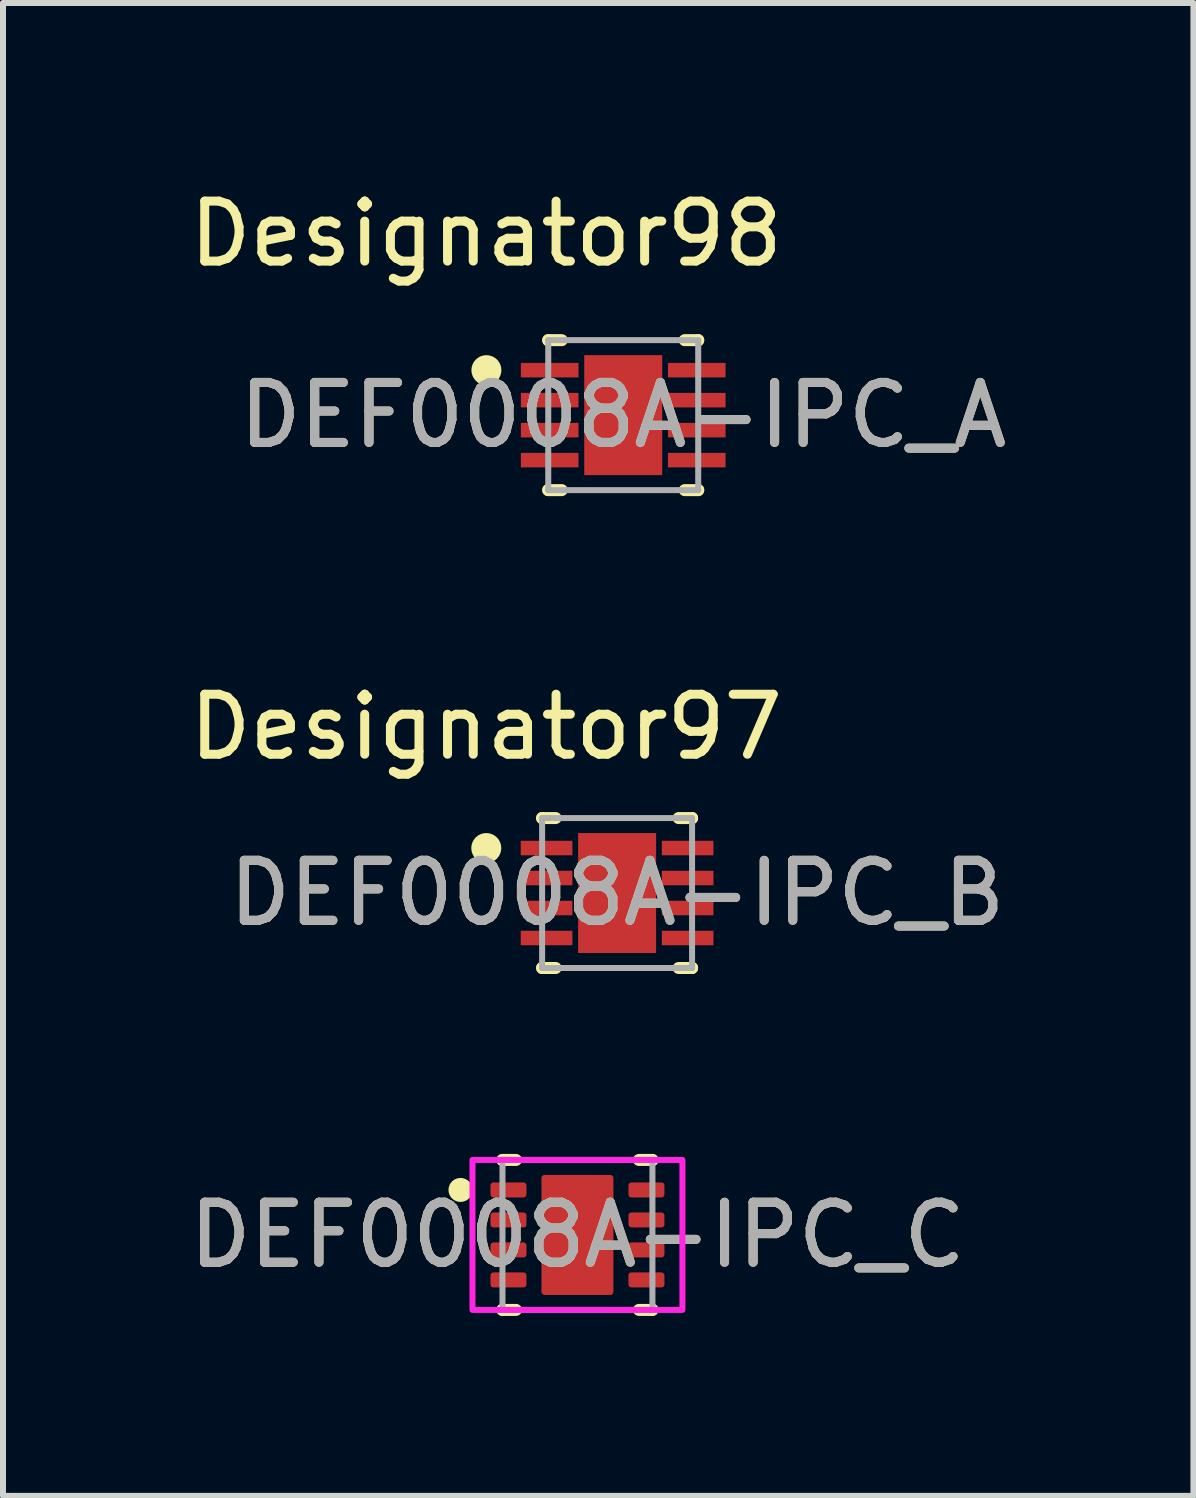
<source format=kicad_pcb>
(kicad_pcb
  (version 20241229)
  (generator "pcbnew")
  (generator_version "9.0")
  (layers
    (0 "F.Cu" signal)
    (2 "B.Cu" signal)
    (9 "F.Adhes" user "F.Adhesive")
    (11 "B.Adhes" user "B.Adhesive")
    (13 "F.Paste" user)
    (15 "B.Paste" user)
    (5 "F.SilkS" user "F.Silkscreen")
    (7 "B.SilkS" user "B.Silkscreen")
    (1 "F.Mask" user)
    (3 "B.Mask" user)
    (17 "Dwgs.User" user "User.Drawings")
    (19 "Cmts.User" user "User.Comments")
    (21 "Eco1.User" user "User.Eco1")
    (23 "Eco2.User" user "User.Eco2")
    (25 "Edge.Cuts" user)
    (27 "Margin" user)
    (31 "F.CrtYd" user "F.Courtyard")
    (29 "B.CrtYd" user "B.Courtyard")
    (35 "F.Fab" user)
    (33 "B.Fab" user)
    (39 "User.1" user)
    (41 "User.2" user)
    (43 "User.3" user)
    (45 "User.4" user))
  (footprint "DEF0008A-IPC_A"
    (layer "F.Cu")
    (at 7.34 3.871)
    (property "Reference" "DEF0008A-IPC_A" (at 0 0 0) (unlocked yes) (layer "F.SilkS") (effects (font (size 1 1) (thickness 0.15))))
    (attr smd)
    (fp_line (start -1.25 -1.25) (end -1.025 -1.25) (stroke (width 0.2) (type solid)) (layer "F.SilkS"))
    (fp_line (start -1.25 -1.246) (end -1.25 -1.25) (stroke (width 0.2) (type solid)) (layer "F.SilkS"))
    (fp_line (start -1.25 1.25) (end -1.25 1.246) (stroke (width 0.2) (type solid)) (layer "F.SilkS"))
    (fp_line (start -1.25 1.25) (end -1.025 1.25) (stroke (width 0.2) (type solid)) (layer "F.SilkS"))
    (fp_line (start 1.025 -1.25) (end 1.25 -1.25) (stroke (width 0.2) (type solid)) (layer "F.SilkS"))
    (fp_line (start 1.025 1.25) (end 1.25 1.25) (stroke (width 0.2) (type solid)) (layer "F.SilkS"))
    (fp_line (start 1.25 -1.246) (end 1.25 -1.25) (stroke (width 0.2) (type solid)) (layer "F.SilkS"))
    (fp_line (start 1.25 1.25) (end 1.25 1.246) (stroke (width 0.2) (type solid)) (layer "F.SilkS"))
    (fp_circle (center -2.281 -0.75) (end -2.156 -0.75) (stroke (width 0.25) (type solid)) (fill no) (layer "F.SilkS"))
    (fp_poly (pts (xy -0.364 0.714) (xy 0.364 0.714) (xy 0.364 -0.714) (xy -0.364 -0.714)) (stroke (width 0) (type solid)) (fill yes) (layer "F.Paste"))
    (fp_line (start -1.25 -1.25) (end 1.25 -1.25) (stroke (width 0.1) (type solid)) (layer "F.Fab"))
    (fp_line (start -1.25 1.25) (end -1.25 -1.25) (stroke (width 0.1) (type solid)) (layer "F.Fab"))
    (fp_line (start -1.25 1.25) (end 1.25 1.25) (stroke (width 0.1) (type solid)) (layer "F.Fab"))
    (fp_line (start 1.25 1.25) (end 1.25 -1.25) (stroke (width 0.1) (type solid)) (layer "F.Fab"))
    (fp_text user "Designator98" (at -2.286 -3.023 0) (unlocked yes) (layer "F.SilkS") (effects (font (size 1 1) (thickness 0.15))))
    (fp_text user "${REFERENCE}" (at 0 0 0) (unlocked yes) (layer "F.Fab") (effects (font (size 1 1) (thickness 0.15))))
    (pad "1" smd rect (at -1.226 -0.75) (size 0.961 0.242) (layers "F.Cu" "F.Mask" "F.Paste"))
    (pad "2" smd rect (at -1.226 -0.25) (size 0.961 0.242) (layers "F.Cu" "F.Mask" "F.Paste"))
    (pad "3" smd rect (at -1.226 0.25) (size 0.961 0.242) (layers "F.Cu" "F.Mask" "F.Paste"))
    (pad "4" smd rect (at -1.226 0.75) (size 0.961 0.242) (layers "F.Cu" "F.Mask" "F.Paste"))
    (pad "5" smd rect (at 1.226 0.75) (size 0.961 0.242) (layers "F.Cu" "F.Mask" "F.Paste"))
    (pad "6" smd rect (at 1.226 0.25) (size 0.961 0.242) (layers "F.Cu" "F.Mask" "F.Paste"))
    (pad "7" smd rect (at 1.226 -0.25) (size 0.961 0.242) (layers "F.Cu" "F.Mask" "F.Paste"))
    (pad "8" smd rect (at 1.226 -0.75) (size 0.961 0.242) (layers "F.Cu" "F.Mask" "F.Paste"))
    (pad "9" smd rect (at 0 0) (size 1.3 2) (layers "F.Cu" "F.Mask")))
  (footprint "DEF0008A-IPC_B"
    (layer "F.Cu")
    (at 7.238 11.838)
    (property "Reference" "DEF0008A-IPC_B" (at 0 0 0) (unlocked yes) (layer "F.SilkS") (effects (font (size 1 1) (thickness 0.15))))
    (attr smd)
    (fp_line (start -1.25 -1.25) (end -1.025 -1.25) (stroke (width 0.2) (type solid)) (layer "F.SilkS"))
    (fp_line (start -1.25 -1.246) (end -1.25 -1.25) (stroke (width 0.2) (type solid)) (layer "F.SilkS"))
    (fp_line (start -1.25 1.25) (end -1.25 1.246) (stroke (width 0.2) (type solid)) (layer "F.SilkS"))
    (fp_line (start -1.25 1.25) (end -1.025 1.25) (stroke (width 0.2) (type solid)) (layer "F.SilkS"))
    (fp_line (start 1.025 -1.25) (end 1.25 -1.25) (stroke (width 0.2) (type solid)) (layer "F.SilkS"))
    (fp_line (start 1.025 1.25) (end 1.25 1.25) (stroke (width 0.2) (type solid)) (layer "F.SilkS"))
    (fp_line (start 1.25 -1.246) (end 1.25 -1.25) (stroke (width 0.2) (type solid)) (layer "F.SilkS"))
    (fp_line (start 1.25 1.25) (end 1.25 1.246) (stroke (width 0.2) (type solid)) (layer "F.SilkS"))
    (fp_circle (center -2.181 -0.75) (end -2.056 -0.75) (stroke (width 0.25) (type solid)) (fill no) (layer "F.SilkS"))
    (fp_poly (pts (xy -0.364 0.714) (xy 0.364 0.714) (xy 0.364 -0.714) (xy -0.364 -0.714)) (stroke (width 0) (type solid)) (fill yes) (layer "F.Paste"))
    (fp_line (start -1.25 -1.25) (end 1.25 -1.25) (stroke (width 0.1) (type solid)) (layer "F.Fab"))
    (fp_line (start -1.25 1.25) (end -1.25 -1.25) (stroke (width 0.1) (type solid)) (layer "F.Fab"))
    (fp_line (start -1.25 1.25) (end 1.25 1.25) (stroke (width 0.1) (type solid)) (layer "F.Fab"))
    (fp_line (start 1.25 1.25) (end 1.25 -1.25) (stroke (width 0.1) (type solid)) (layer "F.Fab"))
    (fp_text user "Designator97" (at -2.184 -2.769 0) (unlocked yes) (layer "F.SilkS") (effects (font (size 1 1) (thickness 0.15))))
    (fp_text user "${REFERENCE}" (at 0 0 0) (unlocked yes) (layer "F.Fab") (effects (font (size 1 1) (thickness 0.15))))
    (pad "1" smd rect (at -1.176 -0.75) (size 0.861 0.242) (layers "F.Cu" "F.Mask" "F.Paste"))
    (pad "2" smd rect (at -1.176 -0.25) (size 0.861 0.242) (layers "F.Cu" "F.Mask" "F.Paste"))
    (pad "3" smd rect (at -1.176 0.25) (size 0.861 0.242) (layers "F.Cu" "F.Mask" "F.Paste"))
    (pad "4" smd rect (at -1.176 0.75) (size 0.861 0.242) (layers "F.Cu" "F.Mask" "F.Paste"))
    (pad "5" smd rect (at 1.176 0.75) (size 0.861 0.242) (layers "F.Cu" "F.Mask" "F.Paste"))
    (pad "6" smd rect (at 1.176 0.25) (size 0.861 0.242) (layers "F.Cu" "F.Mask" "F.Paste"))
    (pad "7" smd rect (at 1.176 -0.25) (size 0.861 0.242) (layers "F.Cu" "F.Mask" "F.Paste"))
    (pad "8" smd rect (at 1.176 -0.75) (size 0.861 0.242) (layers "F.Cu" "F.Mask" "F.Paste"))
    (pad "9" smd rect (at 0 0) (size 1.3 2) (layers "F.Cu" "F.Mask")))
  (footprint "DEF0008A-IPC_C"
    (layer "F.Cu")
    (at 6.577 17.538)
    (property "Reference" "DEF0008A-IPC_C" (at 0 0 0) (unlocked yes) (layer "F.SilkS") (effects (font (size 1 1) (thickness 0.15))))
    (attr smd)
    (fp_line (start -1.25 -1.25) (end -1.025 -1.25) (stroke (width 0.2) (type solid)) (layer "F.SilkS"))
    (fp_line (start -1.25 -1.246) (end -1.25 -1.25) (stroke (width 0.2) (type solid)) (layer "F.SilkS"))
    (fp_line (start -1.25 1.25) (end -1.25 1.246) (stroke (width 0.2) (type solid)) (layer "F.SilkS"))
    (fp_line (start -1.25 1.25) (end -1.025 1.25) (stroke (width 0.2) (type solid)) (layer "F.SilkS"))
    (fp_line (start 1.025 -1.25) (end 1.25 -1.25) (stroke (width 0.2) (type solid)) (layer "F.SilkS"))
    (fp_line (start 1.025 1.25) (end 1.25 1.25) (stroke (width 0.2) (type solid)) (layer "F.SilkS"))
    (fp_line (start 1.25 -1.246) (end 1.25 -1.25) (stroke (width 0.2) (type solid)) (layer "F.SilkS"))
    (fp_line (start 1.25 1.25) (end 1.25 1.246) (stroke (width 0.2) (type solid)) (layer "F.SilkS"))
    (fp_circle (center -1.95 -0.75) (end -1.85 -0.75) (stroke (width 0.2) (type solid)) (fill no) (layer "F.SilkS"))
    (fp_rect (start -1.75 -1.25) (end 1.75 1.25) (stroke (width 0.1) (type solid)) (fill no) (layer "F.CrtYd"))
    (fp_line (start -1.25 -1.25) (end 1.25 -1.25) (stroke (width 0.1) (type solid)) (layer "F.Fab"))
    (fp_line (start -1.25 1.25) (end -1.25 -1.25) (stroke (width 0.1) (type solid)) (layer "F.Fab"))
    (fp_line (start -1.25 1.25) (end 1.25 1.25) (stroke (width 0.1) (type solid)) (layer "F.Fab"))
    (fp_line (start 1.25 1.25) (end 1.25 -1.25) (stroke (width 0.1) (type solid)) (layer "F.Fab"))
    (fp_text user "${REFERENCE}" (at 0 0 0) (unlocked yes) (layer "F.Fab") (effects (font (size 1 1) (thickness 0.15))))
    (pad "1" smd roundrect (at -1.15 -0.75) (size 0.6 0.25) (layers "F.Cu" "F.Mask" "F.Paste") (roundrect_rratio 0.2))
    (pad "2" smd roundrect (at -1.15 -0.25) (size 0.6 0.25) (layers "F.Cu" "F.Mask" "F.Paste") (roundrect_rratio 0.2))
    (pad "3" smd roundrect (at -1.15 0.25) (size 0.6 0.25) (layers "F.Cu" "F.Mask" "F.Paste") (roundrect_rratio 0.2))
    (pad "4" smd roundrect (at -1.15 0.75) (size 0.6 0.25) (layers "F.Cu" "F.Mask" "F.Paste") (roundrect_rratio 0.2))
    (pad "5" smd roundrect (at 1.15 0.75) (size 0.6 0.25) (layers "F.Cu" "F.Mask" "F.Paste") (roundrect_rratio 0.2))
    (pad "6" smd roundrect (at 1.15 0.25) (size 0.6 0.25) (layers "F.Cu" "F.Mask" "F.Paste") (roundrect_rratio 0.2))
    (pad "7" smd roundrect (at 1.15 -0.25) (size 0.6 0.25) (layers "F.Cu" "F.Mask" "F.Paste") (roundrect_rratio 0.2))
    (pad "8" smd roundrect (at 1.15 -0.75) (size 0.6 0.25) (layers "F.Cu" "F.Mask" "F.Paste") (roundrect_rratio 0.2))
    (pad "9" smd roundrect (at 0 0) (size 1.2 2) (layers "F.Cu" "F.Mask") (roundrect_rratio 0.042))
    (zone (net_name "") (layer "F.Cu") (hatch edge 0.5) (connect_pads) (min_thickness 0.25) (filled_areas_thickness no) (keepout (tracks allowed) (vias allowed) (pads allowed) (copperpour not_allowed) (footprints allowed)) (placement (enabled no)) (fill) (polygon (pts (xy 8.327 18.788) (xy 4.827 18.788) (xy 4.827 16.288) (xy 8.327 16.288)))))
  (gr_rect
    (start -3 -3)
    (end 16.846 21.888)
    (stroke (width 0.1) (type default))
    (fill no)
    (layer "Edge.Cuts")))
</source>
